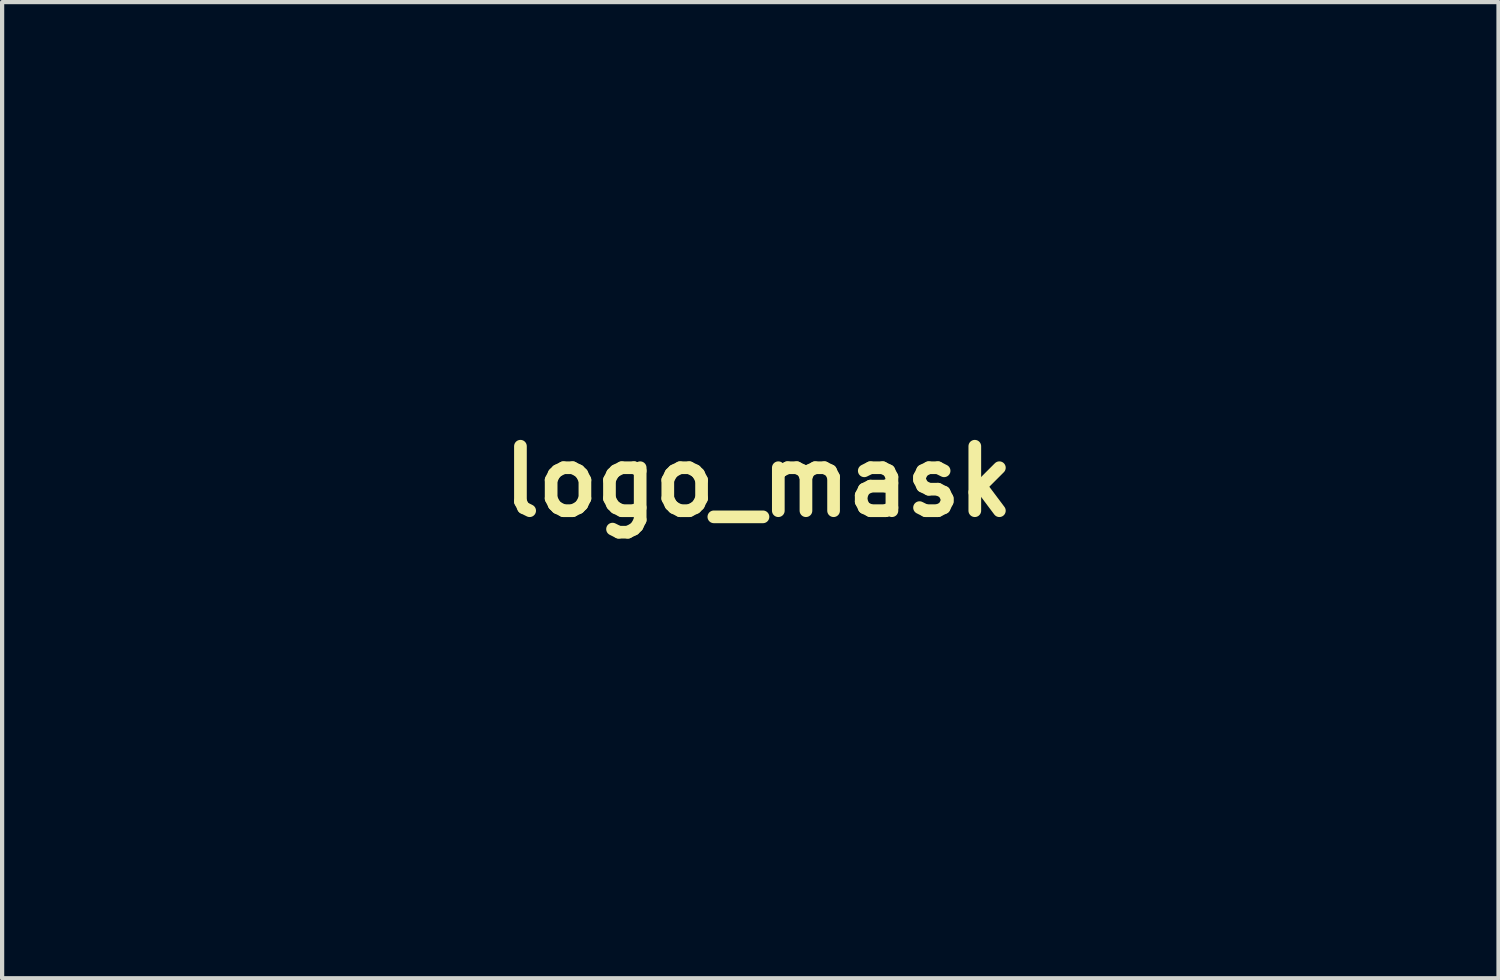
<source format=kicad_pcb>
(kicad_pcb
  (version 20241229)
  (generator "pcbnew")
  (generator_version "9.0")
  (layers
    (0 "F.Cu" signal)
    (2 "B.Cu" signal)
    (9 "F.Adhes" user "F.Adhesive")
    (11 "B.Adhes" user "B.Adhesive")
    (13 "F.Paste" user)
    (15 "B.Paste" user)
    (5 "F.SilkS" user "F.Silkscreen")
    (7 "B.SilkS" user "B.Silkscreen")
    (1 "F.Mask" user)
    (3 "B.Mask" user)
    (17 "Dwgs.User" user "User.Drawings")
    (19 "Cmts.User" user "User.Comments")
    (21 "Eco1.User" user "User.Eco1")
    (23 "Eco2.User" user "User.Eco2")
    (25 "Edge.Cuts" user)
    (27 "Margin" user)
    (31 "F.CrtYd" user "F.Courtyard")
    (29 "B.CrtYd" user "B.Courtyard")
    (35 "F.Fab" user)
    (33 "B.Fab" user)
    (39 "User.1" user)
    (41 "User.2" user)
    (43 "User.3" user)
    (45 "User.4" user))
  (footprint "logo_mask"
    (layer "F.Cu")
    (at 14.877 8.333)
    (property "Reference" "logo_mask" (at 0 0 0) (layer "F.SilkS") (effects (font (size 1.524 1.524) (thickness 0.3))))
    (attr through_hole)
    (fp_poly (pts (xy 13.02 -4.413) (xy 13.068 -4.406) (xy 13.473 -4.283) (xy 13.817 -4.036) (xy 14.094 -3.674) (xy 14.301 -3.206) (xy 14.435 -2.641) (xy 14.492 -1.988) (xy 14.467 -1.257) (xy 14.454 -1.125) (xy 14.279 -0.053) (xy 13.984 0.939) (xy 13.703 1.597) (xy 13.411 2.106) (xy 13.08 2.536) (xy 12.724 2.875) (xy 12.357 3.113) (xy 11.995 3.239) (xy 11.653 3.242) (xy 11.503 3.197) (xy 11.246 3.016) (xy 11.055 2.709) (xy 10.928 2.275) (xy 10.865 1.711) (xy 10.858 1.306) (xy 10.908 0.526) (xy 11.035 -0.264) (xy 11.228 -1.026) (xy 11.48 -1.722) (xy 11.774 -2.307) (xy 12.005 -2.633) (xy 12.291 -2.951) (xy 12.598 -3.23) (xy 12.894 -3.439) (xy 13.113 -3.541) (xy 13.451 -3.618) (xy 13.67 -3.61) (xy 13.757 -3.548) (xy 13.752 -3.45) (xy 13.638 -3.373) (xy 13.449 -3.339) (xy 13.441 -3.339) (xy 13.179 -3.28) (xy 12.877 -3.118) (xy 12.569 -2.874) (xy 12.428 -2.733) (xy 12.137 -2.359) (xy 11.878 -1.915) (xy 11.654 -1.417) (xy 11.467 -0.882) (xy 11.318 -0.326) (xy 11.208 0.235) (xy 11.14 0.785) (xy 11.115 1.308) (xy 11.135 1.788) (xy 11.2 2.208) (xy 11.313 2.552) (xy 11.476 2.804) (xy 11.69 2.948) (xy 11.858 2.975) (xy 12.186 2.905) (xy 12.52 2.704) (xy 12.851 2.385) (xy 13.169 1.961) (xy 13.462 1.444) (xy 13.721 0.849) (xy 13.886 0.361) (xy 14.07 -0.365) (xy 14.181 -1.066) (xy 14.221 -1.728) (xy 14.194 -2.337) (xy 14.101 -2.88) (xy 13.944 -3.343) (xy 13.727 -3.712) (xy 13.452 -3.974) (xy 13.12 -4.116) (xy 13.106 -4.119) (xy 12.881 -4.193) (xy 12.786 -4.303) (xy 12.784 -4.313) (xy 12.784 -4.395) (xy 12.852 -4.425) (xy 13.02 -4.413)) (stroke (width 0.01) (type solid)) (fill yes) (layer "F.Mask"))
    (fp_poly (pts (xy -10.986 -8.314) (xy -10.803 -8.234) (xy -10.693 -8.141) (xy -10.609 -7.919) (xy -10.603 -7.582) (xy -10.673 -7.14) (xy -10.818 -6.599) (xy -11.035 -5.965) (xy -11.321 -5.247) (xy -11.675 -4.452) (xy -12.046 -3.684) (xy -12.443 -2.914) (xy -12.801 -2.271) (xy -13.126 -1.749) (xy -13.425 -1.335) (xy -13.689 -1.035) (xy -13.854 -0.865) (xy -13.969 -0.724) (xy -14.052 -0.574) (xy -14.12 -0.381) (xy -14.189 -0.108) (xy -14.25 0.163) (xy -14.328 0.532) (xy -14.398 0.889) (xy -14.45 1.186) (xy -14.473 1.343) (xy -14.515 1.705) (xy -14.372 1.32) (xy -14.113 0.696) (xy -13.826 0.143) (xy -13.522 -0.323) (xy -13.212 -0.687) (xy -12.908 -0.933) (xy -12.724 -1.02) (xy -12.379 -1.071) (xy -12.07 -1.001) (xy -11.824 -0.822) (xy -11.666 -0.551) (xy -11.64 -0.451) (xy -11.643 -0.163) (xy -11.739 0.192) (xy -11.91 0.583) (xy -12.139 0.984) (xy -12.407 1.366) (xy -12.697 1.7) (xy -12.99 1.959) (xy -13.253 2.108) (xy -13.481 2.133) (xy -13.656 2.03) (xy -13.749 1.83) (xy -13.752 1.605) (xy -13.693 1.316) (xy -13.586 0.996) (xy -13.446 0.679) (xy -13.289 0.4) (xy -13.129 0.192) (xy -12.982 0.089) (xy -12.969 0.086) (xy -12.878 0.086) (xy -12.856 0.147) (xy -12.909 0.287) (xy -13.04 0.523) (xy -13.089 0.605) (xy -13.262 0.93) (xy -13.393 1.251) (xy -13.47 1.533) (xy -13.482 1.739) (xy -13.471 1.78) (xy -13.389 1.842) (xy -13.247 1.796) (xy -13.06 1.659) (xy -12.844 1.447) (xy -12.615 1.175) (xy -12.389 0.86) (xy -12.181 0.518) (xy -12.125 0.412) (xy -11.965 0.025) (xy -11.909 -0.301) (xy -11.955 -0.555) (xy -12.1 -0.725) (xy -12.341 -0.797) (xy -12.393 -0.798) (xy -12.707 -0.726) (xy -13.018 -0.511) (xy -13.326 -0.155) (xy -13.629 0.34) (xy -13.925 0.972) (xy -14.213 1.738) (xy -14.405 2.34) (xy -14.494 2.619) (xy -14.574 2.835) (xy -14.632 2.958) (xy -14.649 2.975) (xy -14.742 2.93) (xy -14.79 2.888) (xy -14.852 2.737) (xy -14.872 2.461) (xy -14.851 2.073) (xy -14.792 1.585) (xy -14.698 1.012) (xy -14.571 0.364) (xy -14.414 -0.343) (xy -14.229 -1.098) (xy -14.222 -1.125) (xy -13.935 -1.125) (xy -13.75 -1.343) (xy -13.628 -1.504) (xy -13.462 -1.748) (xy -13.281 -2.031) (xy -13.213 -2.141) (xy -12.806 -2.839) (xy -12.42 -3.553) (xy -12.063 -4.264) (xy -11.74 -4.957) (xy -11.46 -5.615) (xy -11.229 -6.222) (xy -11.054 -6.761) (xy -10.941 -7.215) (xy -10.899 -7.569) (xy -10.9 -7.644) (xy -10.932 -7.877) (xy -10.988 -8.017) (xy -11.016 -8.039) (xy -11.144 -8.007) (xy -11.312 -7.853) (xy -11.512 -7.589) (xy -11.734 -7.229) (xy -11.973 -6.787) (xy -12.219 -6.278) (xy -12.466 -5.715) (xy -12.705 -5.111) (xy -12.797 -4.862) (xy -12.918 -4.514) (xy -13.059 -4.09) (xy -13.212 -3.617) (xy -13.368 -3.123) (xy -13.519 -2.636) (xy -13.656 -2.183) (xy -13.77 -1.792) (xy -13.853 -1.49) (xy -13.889 -1.343) (xy -13.935 -1.125) (xy -14.222 -1.125) (xy -14.018 -1.888) (xy -13.785 -2.699) (xy -13.611 -3.266) (xy -13.247 -4.381) (xy -12.896 -5.359) (xy -12.561 -6.198) (xy -12.241 -6.897) (xy -11.937 -7.455) (xy -11.649 -7.871) (xy -11.53 -8.006) (xy -11.336 -8.198) (xy -11.2 -8.298) (xy -11.087 -8.328) (xy -10.986 -8.314)) (stroke (width 0.01) (type solid)) (fill yes) (layer "F.Mask"))
    (fp_poly (pts (xy 2.514 -8.3) (xy 2.705 -8.2) (xy 2.825 -8.038) (xy 2.841 -7.963) (xy 2.828 -7.574) (xy 2.741 -7.116) (xy 2.577 -6.577) (xy 2.332 -5.949) (xy 2.002 -5.219) (xy 1.883 -4.971) (xy 1.305 -3.853) (xy 0.737 -2.878) (xy 0.177 -2.046) (xy -0.376 -1.356) (xy -0.774 -0.942) (xy -1.269 -0.472) (xy -1.27 0.036) (xy -1.258 0.354) (xy -1.214 0.581) (xy -1.126 0.775) (xy -1.105 0.809) (xy -0.941 1.01) (xy -0.75 1.116) (xy -0.523 1.124) (xy -0.251 1.03) (xy 0.072 0.831) (xy 0.458 0.521) (xy 0.911 0.1) (xy 1.483 0.1) (xy 1.513 0.134) (xy 1.632 0.093) (xy 1.853 -0.025) (xy 1.923 -0.064) (xy 2.147 -0.213) (xy 2.375 -0.396) (xy 2.587 -0.593) (xy 2.761 -0.782) (xy 2.877 -0.94) (xy 2.913 -1.045) (xy 2.883 -1.075) (xy 2.706 -1.048) (xy 2.471 -0.931) (xy 2.206 -0.746) (xy 1.943 -0.518) (xy 1.71 -0.269) (xy 1.538 -0.025) (xy 1.527 -0.006) (xy 1.483 0.1) (xy 0.911 0.1) (xy 0.913 0.099) (xy 1.197 -0.185) (xy 1.54 -0.53) (xy 1.802 -0.785) (xy 2.006 -0.968) (xy 2.171 -1.094) (xy 2.317 -1.18) (xy 2.465 -1.243) (xy 2.556 -1.273) (xy 2.816 -1.345) (xy 2.992 -1.363) (xy 3.134 -1.329) (xy 3.159 -1.318) (xy 3.291 -1.23) (xy 3.308 -1.114) (xy 3.296 -1.07) (xy 3.151 -0.789) (xy 2.899 -0.486) (xy 2.571 -0.188) (xy 2.198 0.077) (xy 1.81 0.283) (xy 1.776 0.297) (xy 1.564 0.399) (xy 1.42 0.495) (xy 1.379 0.552) (xy 1.445 0.78) (xy 1.628 0.956) (xy 1.904 1.062) (xy 2.155 1.087) (xy 2.406 1.063) (xy 2.653 0.984) (xy 2.914 0.838) (xy 3.208 0.614) (xy 3.556 0.298) (xy 3.919 -0.064) (xy 4.274 -0.425) (xy 4.546 -0.691) (xy 4.753 -0.875) (xy 4.91 -0.988) (xy 5.034 -1.042) (xy 5.143 -1.049) (xy 5.251 -1.02) (xy 5.258 -1.017) (xy 5.404 -0.913) (xy 5.517 -0.752) (xy 5.567 -0.589) (xy 5.551 -0.506) (xy 5.583 -0.466) (xy 5.713 -0.458) (xy 5.915 -0.472) (xy 5.902 0.363) (xy 5.89 0.755) (xy 5.866 1.149) (xy 5.836 1.49) (xy 5.813 1.665) (xy 5.776 1.905) (xy 5.755 2.078) (xy 5.753 2.145) (xy 5.828 2.155) (xy 6.012 2.171) (xy 6.271 2.19) (xy 6.361 2.196) (xy 6.953 2.235) (xy 6.997 2.001) (xy 7.062 1.805) (xy 7.179 1.56) (xy 7.261 1.421) (xy 7.393 1.227) (xy 7.483 1.141) (xy 7.557 1.143) (xy 7.588 1.165) (xy 7.653 1.244) (xy 7.633 1.341) (xy 7.572 1.444) (xy 7.398 1.735) (xy 7.301 1.979) (xy 7.262 2.239) (xy 7.258 2.402) (xy 7.271 2.667) (xy 7.323 2.846) (xy 7.43 2.995) (xy 7.435 3.001) (xy 7.668 3.156) (xy 7.955 3.194) (xy 8.276 3.126) (xy 8.613 2.96) (xy 8.946 2.707) (xy 9.257 2.376) (xy 9.526 1.977) (xy 9.547 1.939) (xy 9.691 1.589) (xy 9.775 1.204) (xy 9.793 0.831) (xy 9.742 0.515) (xy 9.697 0.407) (xy 9.515 0.18) (xy 9.264 0.009) (xy 9.003 -0.071) (xy 8.963 -0.073) (xy 8.73 -0.102) (xy 8.59 -0.179) (xy 8.563 -0.247) (xy 8.594 -0.343) (xy 8.677 -0.539) (xy 8.801 -0.809) (xy 8.952 -1.122) (xy 8.955 -1.128) (xy 9.29 -1.851) (xy 9.545 -2.496) (xy 9.718 -3.054) (xy 9.808 -3.521) (xy 9.814 -3.888) (xy 9.732 -4.15) (xy 9.688 -4.209) (xy 9.585 -4.302) (xy 9.461 -4.343) (xy 9.266 -4.344) (xy 9.131 -4.334) (xy 8.682 -4.237) (xy 8.344 -4.093) (xy 7.971 -3.838) (xy 7.62 -3.503) (xy 7.311 -3.119) (xy 7.064 -2.713) (xy 6.898 -2.315) (xy 6.834 -1.954) (xy 6.835 -1.874) (xy 6.865 -1.666) (xy 6.936 -1.547) (xy 7.085 -1.46) (xy 7.094 -1.456) (xy 7.266 -1.351) (xy 7.324 -1.25) (xy 7.264 -1.179) (xy 7.143 -1.161) (xy 6.935 -1.224) (xy 6.735 -1.382) (xy 6.586 -1.591) (xy 6.531 -1.796) (xy 6.564 -2.062) (xy 6.648 -2.394) (xy 6.766 -2.732) (xy 6.898 -3.016) (xy 6.917 -3.048) (xy 7.129 -3.343) (xy 7.415 -3.668) (xy 7.727 -3.973) (xy 8.017 -4.208) (xy 8.023 -4.212) (xy 8.358 -4.395) (xy 8.744 -4.535) (xy 9.128 -4.616) (xy 9.453 -4.622) (xy 9.455 -4.622) (xy 9.734 -4.548) (xy 9.919 -4.402) (xy 10.026 -4.16) (xy 10.074 -3.823) (xy 10.053 -3.366) (xy 9.938 -2.822) (xy 9.726 -2.185) (xy 9.416 -1.45) (xy 9.318 -1.241) (xy 9.17 -0.927) (xy 9.048 -0.665) (xy 8.963 -0.479) (xy 8.927 -0.396) (xy 8.926 -0.394) (xy 8.988 -0.366) (xy 9.129 -0.33) (xy 9.51 -0.181) (xy 9.798 0.07) (xy 9.989 0.408) (xy 10.076 0.818) (xy 10.052 1.283) (xy 9.947 1.693) (xy 9.715 2.2) (xy 9.399 2.647) (xy 9.02 3.016) (xy 8.599 3.289) (xy 8.157 3.449) (xy 7.846 3.483) (xy 7.567 3.417) (xy 7.306 3.241) (xy 7.105 2.987) (xy 7.043 2.851) (xy 6.931 2.624) (xy 6.798 2.512) (xy 6.789 2.509) (xy 6.623 2.484) (xy 6.392 2.471) (xy 6.139 2.47) (xy 5.912 2.481) (xy 5.753 2.502) (xy 5.707 2.523) (xy 5.682 2.614) (xy 5.639 2.815) (xy 5.587 3.093) (xy 5.551 3.303) (xy 5.455 3.806) (xy 5.329 4.383) (xy 5.181 4.995) (xy 5.023 5.602) (xy 4.864 6.165) (xy 4.714 6.644) (xy 4.646 6.838) (xy 4.387 7.45) (xy 4.1 7.952) (xy 3.792 8.338) (xy 3.471 8.602) (xy 3.142 8.737) (xy 2.814 8.737) (xy 2.646 8.682) (xy 2.299 8.453) (xy 1.997 8.111) (xy 1.757 7.685) (xy 1.598 7.205) (xy 1.552 6.922) (xy 1.552 6.908) (xy 1.84 6.908) (xy 1.941 7.392) (xy 2.134 7.824) (xy 2.408 8.173) (xy 2.633 8.348) (xy 2.883 8.466) (xy 3.101 8.474) (xy 3.33 8.386) (xy 3.595 8.179) (xy 3.86 7.833) (xy 4.121 7.358) (xy 4.377 6.761) (xy 4.623 6.049) (xy 4.857 5.231) (xy 5.076 4.313) (xy 5.22 3.607) (xy 5.301 3.189) (xy 5.351 2.896) (xy 5.365 2.712) (xy 5.336 2.619) (xy 5.258 2.598) (xy 5.125 2.634) (xy 4.93 2.707) (xy 4.899 2.718) (xy 4.413 2.924) (xy 4.003 3.154) (xy 3.622 3.441) (xy 3.22 3.818) (xy 3.193 3.845) (xy 2.654 4.462) (xy 2.254 5.086) (xy 1.986 5.727) (xy 1.844 6.398) (xy 1.844 6.401) (xy 1.84 6.908) (xy 1.552 6.908) (xy 1.561 6.393) (xy 1.683 5.817) (xy 1.907 5.219) (xy 2.22 4.624) (xy 2.609 4.057) (xy 3.062 3.544) (xy 3.384 3.25) (xy 3.637 3.069) (xy 3.967 2.871) (xy 4.332 2.677) (xy 4.688 2.51) (xy 4.995 2.39) (xy 5.143 2.35) (xy 5.351 2.261) (xy 5.441 2.147) (xy 5.478 1.993) (xy 5.519 1.734) (xy 5.562 1.408) (xy 5.6 1.056) (xy 5.631 0.715) (xy 5.65 0.426) (xy 5.652 0.227) (xy 5.649 0.194) (xy 5.633 0.098) (xy 5.6 0.069) (xy 5.533 0.118) (xy 5.411 0.26) (xy 5.26 0.448) (xy 4.935 0.811) (xy 4.6 1.098) (xy 4.281 1.292) (xy 3.999 1.377) (xy 3.952 1.379) (xy 3.701 1.327) (xy 3.541 1.187) (xy 3.495 0.978) (xy 3.498 0.955) (xy 3.774 0.955) (xy 3.828 1.062) (xy 3.97 1.09) (xy 4.167 1.045) (xy 4.387 0.928) (xy 4.453 0.879) (xy 4.653 0.7) (xy 4.876 0.469) (xy 4.998 0.329) (xy 5.163 0.111) (xy 5.246 -0.063) (xy 5.271 -0.251) (xy 5.27 -0.328) (xy 5.245 -0.599) (xy 5.18 -0.738) (xy 5.067 -0.748) (xy 4.895 -0.631) (xy 4.699 -0.435) (xy 4.456 -0.154) (xy 4.224 0.148) (xy 4.022 0.443) (xy 3.869 0.701) (xy 3.784 0.894) (xy 3.774 0.955) (xy 3.498 0.955) (xy 3.498 0.947) (xy 3.527 0.755) (xy 3.175 0.992) (xy 2.709 1.247) (xy 2.268 1.364) (xy 1.841 1.344) (xy 1.662 1.296) (xy 1.332 1.127) (xy 1.125 0.884) (xy 1.056 0.684) (xy 1.01 0.437) (xy 0.76 0.686) (xy 0.342 1.024) (xy -0.136 1.278) (xy -0.442 1.38) (xy -0.812 1.416) (xy -1.112 1.326) (xy -1.338 1.117) (xy -1.483 0.794) (xy -1.54 0.363) (xy -1.541 0.359) (xy -1.549 0.008) (xy -1.944 0.369) (xy -2.437 0.779) (xy -2.9 1.084) (xy -3.323 1.281) (xy -3.698 1.368) (xy -4.014 1.341) (xy -4.262 1.198) (xy -4.343 1.104) (xy -4.494 0.812) (xy -4.602 0.451) (xy -4.644 0.096) (xy -4.644 0.091) (xy -4.649 0.021) (xy -4.352 0.021) (xy -4.3 0.436) (xy -4.18 0.749) (xy -3.992 0.955) (xy -3.74 1.048) (xy -3.423 1.02) (xy -3.084 0.888) (xy -2.808 0.721) (xy -2.508 0.496) (xy -2.206 0.236) (xy -1.927 -0.036) (xy -1.693 -0.298) (xy -1.527 -0.527) (xy -1.453 -0.699) (xy -1.451 -0.722) (xy -1.426 -0.918) (xy -1.415 -0.969) (xy -1.153 -0.969) (xy -1.112 -0.976) (xy -0.991 -1.079) (xy -0.98 -1.089) (xy -0.843 -1.229) (xy -0.65 -1.444) (xy -0.438 -1.695) (xy -0.37 -1.778) (xy -0.024 -2.235) (xy 0.331 -2.756) (xy 0.686 -3.325) (xy 1.033 -3.925) (xy 1.365 -4.539) (xy 1.673 -5.152) (xy 1.95 -5.747) (xy 2.187 -6.307) (xy 2.377 -6.815) (xy 2.512 -7.257) (xy 2.585 -7.614) (xy 2.586 -7.87) (xy 2.575 -7.913) (xy 2.488 -8.035) (xy 2.349 -8.033) (xy 2.165 -7.919) (xy 1.943 -7.702) (xy 1.69 -7.393) (xy 1.413 -7.001) (xy 1.12 -6.537) (xy 0.816 -6.01) (xy 0.51 -5.43) (xy 0.208 -4.808) (xy -0.083 -4.154) (xy -0.12 -4.064) (xy -0.355 -3.483) (xy -0.566 -2.909) (xy -0.769 -2.303) (xy -0.975 -1.624) (xy -1.139 -1.052) (xy -1.153 -0.969) (xy -1.415 -0.969) (xy -1.357 -1.224) (xy -1.25 -1.617) (xy -1.114 -2.072) (xy -0.957 -2.563) (xy -0.786 -3.067) (xy -0.61 -3.558) (xy -0.435 -4.013) (xy -0.294 -4.354) (xy -0.011 -5.007) (xy -0.568 -5.002) (xy -0.866 -4.99) (xy -1.255 -4.961) (xy -1.683 -4.92) (xy -2.064 -4.875) (xy -3.002 -4.753) (xy -3.283 -4.064) (xy -3.427 -3.697) (xy -3.592 -3.256) (xy -3.755 -2.807) (xy -3.852 -2.529) (xy -4.086 -1.77) (xy -4.247 -1.088) (xy -4.335 -0.489) (xy -4.352 0.021) (xy -4.649 0.021) (xy -4.656 -0.07) (xy -4.685 -0.144) (xy -4.688 -0.145) (xy -4.774 -0.126) (xy -4.96 -0.077) (xy -5.206 -0.008) (xy -5.214 -0.006) (xy -5.488 0.072) (xy -5.73 0.137) (xy -5.878 0.174) (xy -6.033 0.258) (xy -6.194 0.418) (xy -6.232 0.47) (xy -6.51 0.778) (xy -6.834 0.958) (xy -7.191 1.002) (xy -7.193 1.002) (xy -7.477 0.919) (xy -7.68 0.733) (xy -7.785 0.47) (xy -7.78 0.236) (xy -7.531 0.236) (xy -7.516 0.454) (xy -7.394 0.645) (xy -7.208 0.763) (xy -6.991 0.745) (xy -6.739 0.589) (xy -6.61 0.472) (xy -6.361 0.227) (xy -6.573 0.181) (xy -6.792 0.119) (xy -7.025 0.031) (xy -7.03 0.029) (xy -7.202 -0.036) (xy -7.31 -0.029) (xy -7.411 0.044) (xy -7.531 0.236) (xy -7.78 0.236) (xy -7.779 0.158) (xy -7.742 0.026) (xy -7.688 -0.13) (xy -8.144 0.002) (xy -8.412 0.078) (xy -8.649 0.142) (xy -8.781 0.174) (xy -8.936 0.258) (xy -9.097 0.418) (xy -9.135 0.47) (xy -9.413 0.778) (xy -9.737 0.958) (xy -10.094 1.002) (xy -10.096 1.002) (xy -10.382 0.921) (xy -10.581 0.746) (xy -10.683 0.502) (xy -10.68 0.236) (xy -10.434 0.236) (xy -10.419 0.454) (xy -10.297 0.645) (xy -10.111 0.763) (xy -9.894 0.745) (xy -9.642 0.589) (xy -9.513 0.472) (xy -9.264 0.227) (xy -9.476 0.181) (xy -9.695 0.119) (xy -9.928 0.031) (xy -9.933 0.029) (xy -10.105 -0.036) (xy -10.213 -0.029) (xy -10.314 0.044) (xy -10.434 0.236) (xy -10.68 0.236) (xy -10.679 0.217) (xy -10.561 -0.08) (xy -10.495 -0.177) (xy -10.372 -0.375) (xy -10.331 -0.529) (xy -10.337 -0.558) (xy -10.333 -0.664) (xy -10.087 -0.664) (xy -10.031 -0.46) (xy -9.885 -0.284) (xy -9.684 -0.152) (xy -9.463 -0.08) (xy -9.258 -0.081) (xy -9.102 -0.172) (xy -9.071 -0.218) (xy -9.003 -0.428) (xy -8.977 -0.69) (xy -8.991 -0.948) (xy -9.045 -1.147) (xy -9.083 -1.204) (xy -9.253 -1.282) (xy -9.472 -1.264) (xy -9.702 -1.169) (xy -9.906 -1.018) (xy -10.046 -0.831) (xy -10.087 -0.664) (xy -10.333 -0.664) (xy -10.333 -0.687) (xy -10.273 -0.886) (xy -10.223 -0.999) (xy -10.074 -1.241) (xy -9.877 -1.4) (xy -9.739 -1.468) (xy -9.514 -1.554) (xy -9.34 -1.573) (xy -9.144 -1.533) (xy -9.134 -1.53) (xy -8.923 -1.44) (xy -8.792 -1.305) (xy -8.728 -1.096) (xy -8.719 -0.788) (xy -8.729 -0.613) (xy -8.769 -0.091) (xy -8.467 -0.159) (xy -8.063 -0.27) (xy -7.77 -0.407) (xy -7.558 -0.591) (xy -7.511 -0.664) (xy -7.185 -0.664) (xy -7.128 -0.46) (xy -6.982 -0.284) (xy -6.781 -0.152) (xy -6.56 -0.08) (xy -6.355 -0.081) (xy -6.199 -0.172) (xy -6.168 -0.218) (xy -6.1 -0.428) (xy -6.074 -0.69) (xy -6.088 -0.948) (xy -6.142 -1.147) (xy -6.18 -1.204) (xy -6.35 -1.282) (xy -6.569 -1.264) (xy -6.799 -1.169) (xy -7.003 -1.018) (xy -7.143 -0.831) (xy -7.185 -0.664) (xy -7.511 -0.664) (xy -7.393 -0.845) (xy -7.362 -0.909) (xy -7.23 -1.158) (xy -7.099 -1.315) (xy -6.925 -1.427) (xy -6.838 -1.468) (xy -6.612 -1.554) (xy -6.438 -1.573) (xy -6.244 -1.533) (xy -6.231 -1.53) (xy -6.02 -1.44) (xy -5.889 -1.305) (xy -5.825 -1.096) (xy -5.816 -0.788) (xy -5.826 -0.613) (xy -5.866 -0.091) (xy -5.564 -0.159) (xy -5.296 -0.235) (xy -5.012 -0.338) (xy -4.958 -0.361) (xy -4.761 -0.466) (xy -4.659 -0.584) (xy -4.607 -0.767) (xy -4.606 -0.774) (xy -4.481 -1.375) (xy -4.294 -2.053) (xy -4.04 -2.823) (xy -3.716 -3.697) (xy -3.564 -4.084) (xy -3.461 -4.344) (xy -3.383 -4.546) (xy -3.342 -4.657) (xy -3.338 -4.668) (xy -3.404 -4.671) (xy -3.577 -4.66) (xy -3.82 -4.636) (xy -3.828 -4.636) (xy -4.2 -4.617) (xy -4.532 -4.639) (xy -4.804 -4.695) (xy -4.996 -4.779) (xy -5.087 -4.883) (xy -5.057 -5.003) (xy -5.035 -5.029) (xy -4.946 -5.029) (xy -4.791 -4.971) (xy -4.766 -4.959) (xy -4.594 -4.895) (xy -4.377 -4.873) (xy -4.071 -4.888) (xy -4.038 -4.891) (xy -3.707 -4.923) (xy -3.472 -4.963) (xy -3.301 -5.032) (xy -3.165 -5.152) (xy -3.033 -5.345) (xy -2.875 -5.634) (xy -2.79 -5.795) (xy -2.566 -6.209) (xy -2.392 -6.505) (xy -2.26 -6.697) (xy -2.16 -6.797) (xy -2.093 -6.822) (xy -2.037 -6.781) (xy -2.052 -6.654) (xy -2.142 -6.432) (xy -2.309 -6.104) (xy -2.44 -5.868) (xy -2.598 -5.579) (xy -2.72 -5.338) (xy -2.793 -5.17) (xy -2.806 -5.104) (xy -2.721 -5.096) (xy -2.522 -5.106) (xy -2.235 -5.132) (xy -1.889 -5.171) (xy -1.827 -5.179) (xy -1.417 -5.226) (xy -1.006 -5.264) (xy -0.644 -5.29) (xy -0.391 -5.298) (xy 0.109 -5.299) (xy 0.399 -5.854) (xy 0.72 -6.433) (xy 1.048 -6.961) (xy 1.372 -7.423) (xy 1.679 -7.804) (xy 1.958 -8.09) (xy 2.197 -8.265) (xy 2.302 -8.307) (xy 2.514 -8.3)) (stroke (width 0.01) (type solid)) (fill yes) (layer "F.Mask")))
  (gr_rect
    (start -3 -3)
    (end 32.373 20.075)
    (stroke (width 0.1) (type default))
    (fill no)
    (layer "Edge.Cuts")))
</source>
